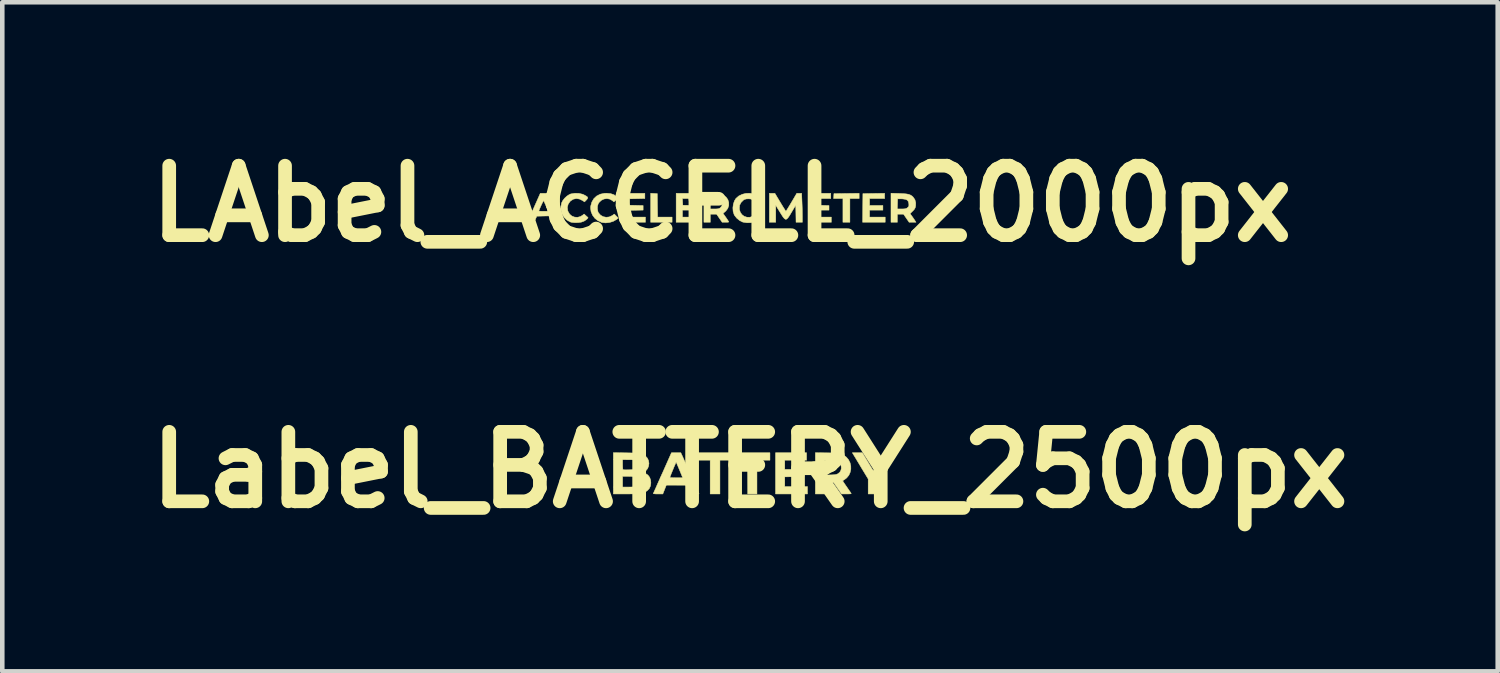
<source format=kicad_pcb>
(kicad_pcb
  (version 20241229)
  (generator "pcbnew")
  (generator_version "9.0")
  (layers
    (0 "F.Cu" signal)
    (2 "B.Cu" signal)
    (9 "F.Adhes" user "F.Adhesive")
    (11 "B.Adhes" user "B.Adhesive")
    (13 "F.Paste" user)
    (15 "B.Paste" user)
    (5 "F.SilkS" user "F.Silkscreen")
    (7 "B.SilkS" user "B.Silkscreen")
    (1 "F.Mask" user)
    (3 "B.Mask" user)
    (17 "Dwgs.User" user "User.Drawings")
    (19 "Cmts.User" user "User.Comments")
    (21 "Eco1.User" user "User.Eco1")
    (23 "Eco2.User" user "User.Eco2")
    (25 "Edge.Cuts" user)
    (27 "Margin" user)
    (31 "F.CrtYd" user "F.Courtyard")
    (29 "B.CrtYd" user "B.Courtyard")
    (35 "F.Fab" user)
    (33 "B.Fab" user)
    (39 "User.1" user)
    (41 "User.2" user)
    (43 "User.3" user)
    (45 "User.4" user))
  (footprint "Label_BATTERY_2500px"
    (layer "F.Cu")
    (at 13.397 7.254)
    (property "Reference" "Label_BATTERY_2500px" (at 0 0 0) (layer "F.SilkS") (effects (font (size 1.524 1.524) (thickness 0.3))))
    (attr through_hole)
    (fp_poly (pts (xy -0.376 -0.213) (xy -0.66 -0.213) (xy -0.66 0.528) (xy -0.874 0.528) (xy -0.874 -0.213) (xy -1.158 -0.213) (xy -1.158 -0.376) (xy -0.376 -0.376) (xy -0.376 -0.213)) (stroke (width 0.01) (type solid)) (fill yes) (layer "F.SilkS"))
    (fp_poly (pts (xy 0.437 -0.213) (xy 0.152 -0.213) (xy 0.152 0.528) (xy -0.051 0.528) (xy -0.053 0.16) (xy -0.056 -0.208) (xy -0.345 -0.214) (xy -0.345 -0.376) (xy 0.437 -0.376) (xy 0.437 -0.213)) (stroke (width 0.01) (type solid)) (fill yes) (layer "F.SilkS"))
    (fp_poly (pts (xy 1.24 -0.213) (xy 0.762 -0.213) (xy 0.762 -0.01) (xy 1.19 -0.01) (xy 1.184 0.147) (xy 0.762 0.153) (xy 0.762 0.366) (xy 1.26 0.366) (xy 1.26 0.528) (xy 0.559 0.528) (xy 0.559 -0.376) (xy 1.24 -0.376) (xy 1.24 -0.213)) (stroke (width 0.01) (type solid)) (fill yes) (layer "F.SilkS"))
    (fp_poly (pts (xy 2.58 -0.183) (xy 2.614 -0.126) (xy 2.644 -0.076) (xy 2.67 -0.034) (xy 2.69 -0.003) (xy 2.701 0.013) (xy 2.703 0.016) (xy 2.711 0.009) (xy 2.727 -0.013) (xy 2.75 -0.048) (xy 2.779 -0.093) (xy 2.811 -0.146) (xy 2.83 -0.178) (xy 2.949 -0.376) (xy 3.05 -0.376) (xy 3.095 -0.376) (xy 3.124 -0.375) (xy 3.139 -0.372) (xy 3.144 -0.367) (xy 3.141 -0.359) (xy 3.14 -0.356) (xy 3.132 -0.343) (xy 3.115 -0.315) (xy 3.091 -0.273) (xy 3.06 -0.221) (xy 3.024 -0.161) (xy 2.984 -0.095) (xy 2.967 -0.066) (xy 2.804 0.205) (xy 2.804 0.528) (xy 2.591 0.528) (xy 2.591 0.199) (xy 2.431 -0.065) (xy 2.391 -0.133) (xy 2.353 -0.195) (xy 2.32 -0.251) (xy 2.292 -0.296) (xy 2.272 -0.33) (xy 2.259 -0.35) (xy 2.258 -0.353) (xy 2.243 -0.376) (xy 2.464 -0.376) (xy 2.58 -0.183)) (stroke (width 0.01) (type solid)) (fill yes) (layer "F.SilkS"))
    (fp_poly (pts (xy -1.502 -0.343) (xy -1.491 -0.319) (xy -1.473 -0.28) (xy -1.45 -0.229) (xy -1.423 -0.168) (xy -1.392 -0.1) (xy -1.359 -0.026) (xy -1.325 0.051) (xy -1.29 0.129) (xy -1.256 0.206) (xy -1.223 0.279) (xy -1.194 0.347) (xy -1.167 0.407) (xy -1.146 0.456) (xy -1.129 0.493) (xy -1.12 0.516) (xy -1.118 0.522) (xy -1.127 0.524) (xy -1.153 0.527) (xy -1.19 0.528) (xy -1.223 0.528) (xy -1.329 0.528) (xy -1.368 0.432) (xy -1.407 0.336) (xy -1.621 0.335) (xy -1.836 0.335) (xy -1.912 0.528) (xy -2.019 0.528) (xy -2.062 0.528) (xy -2.096 0.525) (xy -2.117 0.522) (xy -2.122 0.52) (xy -2.117 0.509) (xy -2.105 0.481) (xy -2.086 0.439) (xy -2.061 0.384) (xy -2.032 0.317) (xy -1.998 0.241) (xy -1.964 0.165) (xy -1.758 0.165) (xy -1.748 0.168) (xy -1.722 0.17) (xy -1.683 0.172) (xy -1.634 0.173) (xy -1.617 0.173) (xy -1.476 0.173) (xy -1.546 0.003) (xy -1.569 -0.052) (xy -1.589 -0.099) (xy -1.605 -0.137) (xy -1.615 -0.161) (xy -1.619 -0.17) (xy -1.624 -0.162) (xy -1.634 -0.139) (xy -1.649 -0.104) (xy -1.668 -0.061) (xy -1.687 -0.014) (xy -1.707 0.034) (xy -1.726 0.08) (xy -1.741 0.119) (xy -1.752 0.148) (xy -1.758 0.164) (xy -1.758 0.165) (xy -1.964 0.165) (xy -1.961 0.158) (xy -1.921 0.069) (xy -1.92 0.068) (xy -1.723 -0.376) (xy -1.518 -0.376) (xy -1.502 -0.343)) (stroke (width 0.01) (type solid)) (fill yes) (layer "F.SilkS"))
    (fp_poly (pts (xy 1.689 -0.374) (xy 1.769 -0.373) (xy 1.831 -0.371) (xy 1.879 -0.37) (xy 1.915 -0.367) (xy 1.943 -0.364) (xy 1.965 -0.36) (xy 1.984 -0.354) (xy 2.004 -0.347) (xy 2.006 -0.346) (xy 2.051 -0.324) (xy 2.096 -0.293) (xy 2.114 -0.278) (xy 2.162 -0.22) (xy 2.194 -0.155) (xy 2.21 -0.085) (xy 2.211 -0.015) (xy 2.196 0.054) (xy 2.167 0.118) (xy 2.122 0.173) (xy 2.082 0.205) (xy 2.055 0.223) (xy 2.037 0.236) (xy 2.032 0.241) (xy 2.037 0.25) (xy 2.053 0.273) (xy 2.075 0.307) (xy 2.104 0.349) (xy 2.121 0.373) (xy 2.152 0.419) (xy 2.18 0.459) (xy 2.202 0.491) (xy 2.215 0.51) (xy 2.218 0.515) (xy 2.218 0.521) (xy 2.207 0.525) (xy 2.183 0.527) (xy 2.143 0.528) (xy 2.116 0.528) (xy 2.006 0.528) (xy 1.834 0.279) (xy 1.636 0.274) (xy 1.636 0.528) (xy 1.433 0.528) (xy 1.433 0.113) (xy 1.635 0.113) (xy 1.76 0.11) (xy 1.817 0.108) (xy 1.858 0.105) (xy 1.888 0.099) (xy 1.912 0.092) (xy 1.924 0.086) (xy 1.965 0.055) (xy 1.991 0.013) (xy 2.002 -0.033) (xy 1.998 -0.081) (xy 1.981 -0.127) (xy 1.949 -0.165) (xy 1.916 -0.187) (xy 1.893 -0.196) (xy 1.865 -0.202) (xy 1.829 -0.206) (xy 1.778 -0.207) (xy 1.758 -0.208) (xy 1.641 -0.208) (xy 1.638 -0.047) (xy 1.635 0.113) (xy 1.433 0.113) (xy 1.433 -0.377) (xy 1.689 -0.374)) (stroke (width 0.01) (type solid)) (fill yes) (layer "F.SilkS"))
    (fp_poly (pts (xy -2.71 -0.374) (xy -2.617 -0.372) (xy -2.542 -0.37) (xy -2.482 -0.367) (xy -2.435 -0.363) (xy -2.397 -0.357) (xy -2.368 -0.349) (xy -2.343 -0.338) (xy -2.32 -0.325) (xy -2.298 -0.308) (xy -2.292 -0.303) (xy -2.25 -0.256) (xy -2.225 -0.202) (xy -2.216 -0.143) (xy -2.224 -0.083) (xy -2.247 -0.027) (xy -2.287 0.022) (xy -2.293 0.027) (xy -2.33 0.059) (xy -2.29 0.079) (xy -2.237 0.116) (xy -2.201 0.163) (xy -2.18 0.222) (xy -2.174 0.285) (xy -2.183 0.352) (xy -2.209 0.409) (xy -2.252 0.455) (xy -2.311 0.49) (xy -2.388 0.514) (xy -2.402 0.517) (xy -2.43 0.52) (xy -2.474 0.523) (xy -2.532 0.525) (xy -2.6 0.527) (xy -2.674 0.528) (xy -2.73 0.528) (xy -2.997 0.528) (xy -2.997 0.142) (xy -2.794 0.142) (xy -2.794 0.376) (xy -2.654 0.376) (xy -2.599 0.375) (xy -2.548 0.373) (xy -2.505 0.37) (xy -2.477 0.367) (xy -2.474 0.366) (xy -2.43 0.348) (xy -2.399 0.318) (xy -2.381 0.282) (xy -2.38 0.242) (xy -2.396 0.204) (xy -2.403 0.195) (xy -2.424 0.176) (xy -2.452 0.162) (xy -2.491 0.152) (xy -2.542 0.146) (xy -2.609 0.143) (xy -2.662 0.142) (xy -2.794 0.142) (xy -2.997 0.142) (xy -2.997 -0.119) (xy -2.794 -0.119) (xy -2.793 -0.074) (xy -2.791 -0.037) (xy -2.789 -0.013) (xy -2.786 -0.006) (xy -2.774 -0.003) (xy -2.745 -0.001) (xy -2.704 -0.001) (xy -2.655 -0.002) (xy -2.647 -0.002) (xy -2.584 -0.005) (xy -2.538 -0.009) (xy -2.506 -0.015) (xy -2.483 -0.023) (xy -2.481 -0.024) (xy -2.446 -0.052) (xy -2.428 -0.089) (xy -2.426 -0.129) (xy -2.442 -0.168) (xy -2.452 -0.18) (xy -2.472 -0.197) (xy -2.499 -0.209) (xy -2.536 -0.217) (xy -2.587 -0.222) (xy -2.654 -0.223) (xy -2.67 -0.223) (xy -2.794 -0.224) (xy -2.794 -0.119) (xy -2.997 -0.119) (xy -2.997 -0.378) (xy -2.71 -0.374)) (stroke (width 0.01) (type solid)) (fill yes) (layer "F.SilkS")))
  (footprint "LAbel_ACCELL_2000px"
    (layer "F.Cu")
    (at 12.78 1.418)
    (property "Reference" "LAbel_ACCELL_2000px" (at 0 0 0) (layer "F.SilkS") (effects (font (size 1.524 1.524) (thickness 0.3))))
    (attr through_hole)
    (fp_poly (pts (xy -1.416 -0.222) (xy -1.413 0.035) (xy -1.409 0.292) (xy -1.092 0.292) (xy -1.092 0.406) (xy -1.562 0.406) (xy -1.562 -0.23) (xy -1.416 -0.222)) (stroke (width 0.01) (type solid)) (fill yes) (layer "F.SilkS"))
    (fp_poly (pts (xy 3.01 -0.114) (xy 2.807 -0.114) (xy 2.807 0.406) (xy 2.654 0.406) (xy 2.654 -0.114) (xy 2.45 -0.114) (xy 2.454 -0.168) (xy 2.457 -0.222) (xy 3.01 -0.229) (xy 3.01 -0.114)) (stroke (width 0.01) (type solid)) (fill yes) (layer "F.SilkS"))
    (fp_poly (pts (xy -1.689 -0.115) (xy -2.026 -0.108) (xy -2.026 0.032) (xy -1.727 0.039) (xy -1.727 0.139) (xy -1.876 0.142) (xy -2.026 0.146) (xy -2.033 0.292) (xy -1.676 0.292) (xy -1.676 0.406) (xy -2.172 0.406) (xy -2.172 -0.229) (xy -1.689 -0.229) (xy -1.689 -0.115)) (stroke (width 0.01) (type solid)) (fill yes) (layer "F.SilkS"))
    (fp_poly (pts (xy -0.533 -0.114) (xy -0.865 -0.114) (xy -0.857 0.032) (xy -0.714 0.035) (xy -0.572 0.039) (xy -0.572 0.14) (xy -0.864 0.14) (xy -0.864 0.292) (xy -0.521 0.292) (xy -0.521 0.406) (xy -1.003 0.406) (xy -1.003 -0.229) (xy -0.533 -0.229) (xy -0.533 -0.114)) (stroke (width 0.01) (type solid)) (fill yes) (layer "F.SilkS"))
    (fp_poly (pts (xy 2.388 -0.114) (xy 2.056 -0.114) (xy 2.064 0.032) (xy 2.207 0.035) (xy 2.349 0.039) (xy 2.349 0.14) (xy 2.057 0.14) (xy 2.057 0.292) (xy 2.4 0.292) (xy 2.4 0.406) (xy 1.918 0.406) (xy 1.918 -0.229) (xy 2.388 -0.229) (xy 2.388 -0.114)) (stroke (width 0.01) (type solid)) (fill yes) (layer "F.SilkS"))
    (fp_poly (pts (xy 3.569 -0.114) (xy 3.239 -0.114) (xy 3.239 0.038) (xy 3.531 0.038) (xy 3.531 0.14) (xy 3.239 0.14) (xy 3.239 0.292) (xy 3.581 0.292) (xy 3.581 0.406) (xy 3.086 0.406) (xy 3.092 -0.222) (xy 3.331 -0.226) (xy 3.569 -0.229) (xy 3.569 -0.114)) (stroke (width 0.01) (type solid)) (fill yes) (layer "F.SilkS"))
    (fp_poly (pts (xy 1.28 -0.032) (xy 1.318 0.031) (xy 1.352 0.086) (xy 1.379 0.128) (xy 1.397 0.156) (xy 1.404 0.165) (xy 1.412 0.155) (xy 1.43 0.126) (xy 1.457 0.082) (xy 1.491 0.027) (xy 1.526 -0.032) (xy 1.642 -0.229) (xy 1.749 -0.229) (xy 1.757 -0.036) (xy 1.76 0.045) (xy 1.763 0.129) (xy 1.764 0.208) (xy 1.765 0.272) (xy 1.765 0.281) (xy 1.765 0.406) (xy 1.626 0.406) (xy 1.623 0.219) (xy 1.619 0.032) (xy 1.526 0.188) (xy 1.484 0.259) (xy 1.45 0.308) (xy 1.422 0.336) (xy 1.397 0.342) (xy 1.371 0.326) (xy 1.34 0.289) (xy 1.302 0.23) (xy 1.274 0.185) (xy 1.181 0.033) (xy 1.181 0.406) (xy 1.041 0.406) (xy 1.041 -0.229) (xy 1.162 -0.229) (xy 1.28 -0.032)) (stroke (width 0.01) (type solid)) (fill yes) (layer "F.SilkS"))
    (fp_poly (pts (xy -3.743 -0.01) (xy -3.709 0.068) (xy -3.675 0.145) (xy -3.643 0.216) (xy -3.617 0.275) (xy -3.602 0.308) (xy -3.557 0.406) (xy -3.707 0.406) (xy -3.739 0.336) (xy -3.771 0.266) (xy -4.058 0.273) (xy -4.12 0.406) (xy -4.265 0.406) (xy -4.155 0.16) (xy -4.013 0.16) (xy -4.002 0.162) (xy -3.97 0.164) (xy -3.926 0.165) (xy -3.912 0.165) (xy -3.864 0.165) (xy -3.829 0.164) (xy -3.811 0.162) (xy -3.81 0.162) (xy -3.815 0.148) (xy -3.827 0.118) (xy -3.844 0.078) (xy -3.863 0.033) (xy -3.882 -0.01) (xy -3.897 -0.045) (xy -3.906 -0.065) (xy -3.907 -0.067) (xy -3.914 -0.06) (xy -3.928 -0.036) (xy -3.947 0.001) (xy -3.967 0.044) (xy -3.986 0.087) (xy -4.002 0.125) (xy -4.012 0.152) (xy -4.013 0.16) (xy -4.155 0.16) (xy -3.982 -0.229) (xy -3.84 -0.229) (xy -3.743 -0.01)) (stroke (width 0.01) (type solid)) (fill yes) (layer "F.SilkS"))
    (fp_poly (pts (xy -2.442 -0.223) (xy -2.367 -0.198) (xy -2.309 -0.156) (xy -2.274 -0.123) (xy -2.368 -0.041) (xy -2.404 -0.071) (xy -2.459 -0.102) (xy -2.521 -0.113) (xy -2.585 -0.104) (xy -2.643 -0.076) (xy -2.691 -0.031) (xy -2.712 0.001) (xy -2.727 0.052) (xy -2.729 0.112) (xy -2.719 0.17) (xy -2.706 0.199) (xy -2.661 0.25) (xy -2.603 0.283) (xy -2.538 0.296) (xy -2.471 0.289) (xy -2.407 0.26) (xy -2.397 0.253) (xy -2.359 0.226) (xy -2.315 0.27) (xy -2.271 0.314) (xy -2.314 0.347) (xy -2.383 0.386) (xy -2.465 0.411) (xy -2.55 0.42) (xy -2.629 0.411) (xy -2.642 0.407) (xy -2.72 0.371) (xy -2.786 0.318) (xy -2.837 0.25) (xy -2.869 0.173) (xy -2.88 0.092) (xy -2.877 0.053) (xy -2.852 -0.037) (xy -2.808 -0.112) (xy -2.746 -0.17) (xy -2.668 -0.21) (xy -2.577 -0.229) (xy -2.534 -0.231) (xy -2.442 -0.223)) (stroke (width 0.01) (type solid)) (fill yes) (layer "F.SilkS"))
    (fp_poly (pts (xy 3.889 -0.226) (xy 3.977 -0.222) (xy 4.043 -0.216) (xy 4.094 -0.207) (xy 4.133 -0.192) (xy 4.166 -0.172) (xy 4.194 -0.146) (xy 4.233 -0.09) (xy 4.251 -0.021) (xy 4.249 0.046) (xy 4.239 0.088) (xy 4.221 0.121) (xy 4.188 0.158) (xy 4.183 0.162) (xy 4.127 0.216) (xy 4.17 0.276) (xy 4.198 0.316) (xy 4.224 0.354) (xy 4.235 0.371) (xy 4.257 0.406) (xy 4.106 0.406) (xy 4.045 0.318) (xy 3.984 0.229) (xy 3.848 0.229) (xy 3.848 0.406) (xy 3.708 0.406) (xy 3.708 0.114) (xy 3.847 0.114) (xy 3.941 0.114) (xy 3.995 0.113) (xy 4.031 0.107) (xy 4.057 0.096) (xy 4.069 0.087) (xy 4.091 0.067) (xy 4.1 0.043) (xy 4.1 0.005) (xy 4.1 0.003) (xy 4.09 -0.045) (xy 4.067 -0.078) (xy 4.027 -0.097) (xy 3.967 -0.106) (xy 3.941 -0.107) (xy 3.854 -0.108) (xy 3.851 0.003) (xy 3.847 0.114) (xy 3.708 0.114) (xy 3.708 -0.231) (xy 3.889 -0.226)) (stroke (width 0.01) (type solid)) (fill yes) (layer "F.SilkS"))
    (fp_poly (pts (xy -0.212 -0.227) (xy -0.139 -0.224) (xy -0.085 -0.221) (xy -0.046 -0.217) (xy -0.016 -0.21) (xy 0.011 -0.2) (xy 0.032 -0.19) (xy 0.091 -0.147) (xy 0.131 -0.091) (xy 0.151 -0.028) (xy 0.151 0.038) (xy 0.13 0.101) (xy 0.087 0.159) (xy 0.071 0.173) (xy 0.025 0.211) (xy 0.089 0.301) (xy 0.118 0.343) (xy 0.139 0.376) (xy 0.151 0.396) (xy 0.152 0.399) (xy 0.141 0.403) (xy 0.111 0.406) (xy 0.079 0.406) (xy 0.006 0.406) (xy -0.116 0.229) (xy -0.254 0.229) (xy -0.254 0.406) (xy -0.394 0.406) (xy -0.394 0.114) (xy -0.255 0.114) (xy -0.161 0.114) (xy -0.106 0.113) (xy -0.07 0.107) (xy -0.044 0.095) (xy -0.035 0.089) (xy -0.004 0.051) (xy 0.008 0.006) (xy -0.000024 -0.039) (xy -0.026 -0.076) (xy -0.045 -0.089) (xy -0.074 -0.098) (xy -0.118 -0.105) (xy -0.162 -0.107) (xy -0.248 -0.108) (xy -0.251 0.003) (xy -0.255 0.114) (xy -0.394 0.114) (xy -0.394 -0.231) (xy -0.212 -0.227)) (stroke (width 0.01) (type solid)) (fill yes) (layer "F.SilkS"))
    (fp_poly (pts (xy -3.137 -0.228) (xy -3.055 -0.209) (xy -3.029 -0.198) (xy -2.979 -0.171) (xy -2.95 -0.15) (xy -2.941 -0.13) (xy -2.95 -0.108) (xy -2.971 -0.083) (xy -3.012 -0.041) (xy -3.057 -0.071) (xy -3.125 -0.104) (xy -3.193 -0.114) (xy -3.259 -0.1) (xy -3.317 -0.062) (xy -3.33 -0.05) (xy -3.371 0.01) (xy -3.388 0.076) (xy -3.381 0.147) (xy -3.372 0.172) (xy -3.338 0.229) (xy -3.289 0.27) (xy -3.229 0.293) (xy -3.165 0.297) (xy -3.101 0.28) (xy -3.055 0.252) (xy -3.021 0.225) (xy -2.981 0.262) (xy -2.955 0.285) (xy -2.938 0.3) (xy -2.935 0.302) (xy -2.937 0.312) (xy -2.954 0.332) (xy -2.982 0.355) (xy -3.015 0.377) (xy -3.029 0.384) (xy -3.082 0.403) (xy -3.15 0.413) (xy -3.221 0.415) (xy -3.287 0.409) (xy -3.322 0.4) (xy -3.398 0.359) (xy -3.459 0.3) (xy -3.503 0.228) (xy -3.527 0.146) (xy -3.529 0.057) (xy -3.515 -0.018) (xy -3.49 -0.068) (xy -3.449 -0.121) (xy -3.398 -0.168) (xy -3.344 -0.203) (xy -3.315 -0.215) (xy -3.227 -0.23) (xy -3.137 -0.228)) (stroke (width 0.01) (type solid)) (fill yes) (layer "F.SilkS"))
    (fp_poly (pts (xy 0.698 -0.215) (xy 0.775 -0.182) (xy 0.839 -0.132) (xy 0.843 -0.127) (xy 0.891 -0.057) (xy 0.919 0.021) (xy 0.927 0.102) (xy 0.915 0.182) (xy 0.885 0.256) (xy 0.836 0.32) (xy 0.79 0.357) (xy 0.747 0.381) (xy 0.704 0.4) (xy 0.686 0.406) (xy 0.623 0.416) (xy 0.551 0.417) (xy 0.482 0.407) (xy 0.449 0.399) (xy 0.385 0.365) (xy 0.325 0.315) (xy 0.278 0.256) (xy 0.268 0.237) (xy 0.246 0.168) (xy 0.243 0.125) (xy 0.385 0.125) (xy 0.404 0.188) (xy 0.441 0.239) (xy 0.49 0.276) (xy 0.549 0.295) (xy 0.613 0.296) (xy 0.678 0.274) (xy 0.692 0.266) (xy 0.74 0.223) (xy 0.771 0.167) (xy 0.783 0.102) (xy 0.774 0.036) (xy 0.76 0.001) (xy 0.723 -0.055) (xy 0.681 -0.089) (xy 0.627 -0.105) (xy 0.584 -0.108) (xy 0.531 -0.105) (xy 0.493 -0.093) (xy 0.475 -0.082) (xy 0.421 -0.029) (xy 0.39 0.031) (xy 0.385 0.054) (xy 0.385 0.125) (xy 0.243 0.125) (xy 0.241 0.089) (xy 0.251 0.009) (xy 0.275 -0.063) (xy 0.307 -0.115) (xy 0.369 -0.17) (xy 0.445 -0.207) (xy 0.528 -0.228) (xy 0.614 -0.23) (xy 0.698 -0.215)) (stroke (width 0.01) (type solid)) (fill yes) (layer "F.SilkS")))
  (gr_rect
    (start -3 -3)
    (end 29.793 11.672)
    (stroke (width 0.1) (type default))
    (fill no)
    (layer "Edge.Cuts")))
</source>
